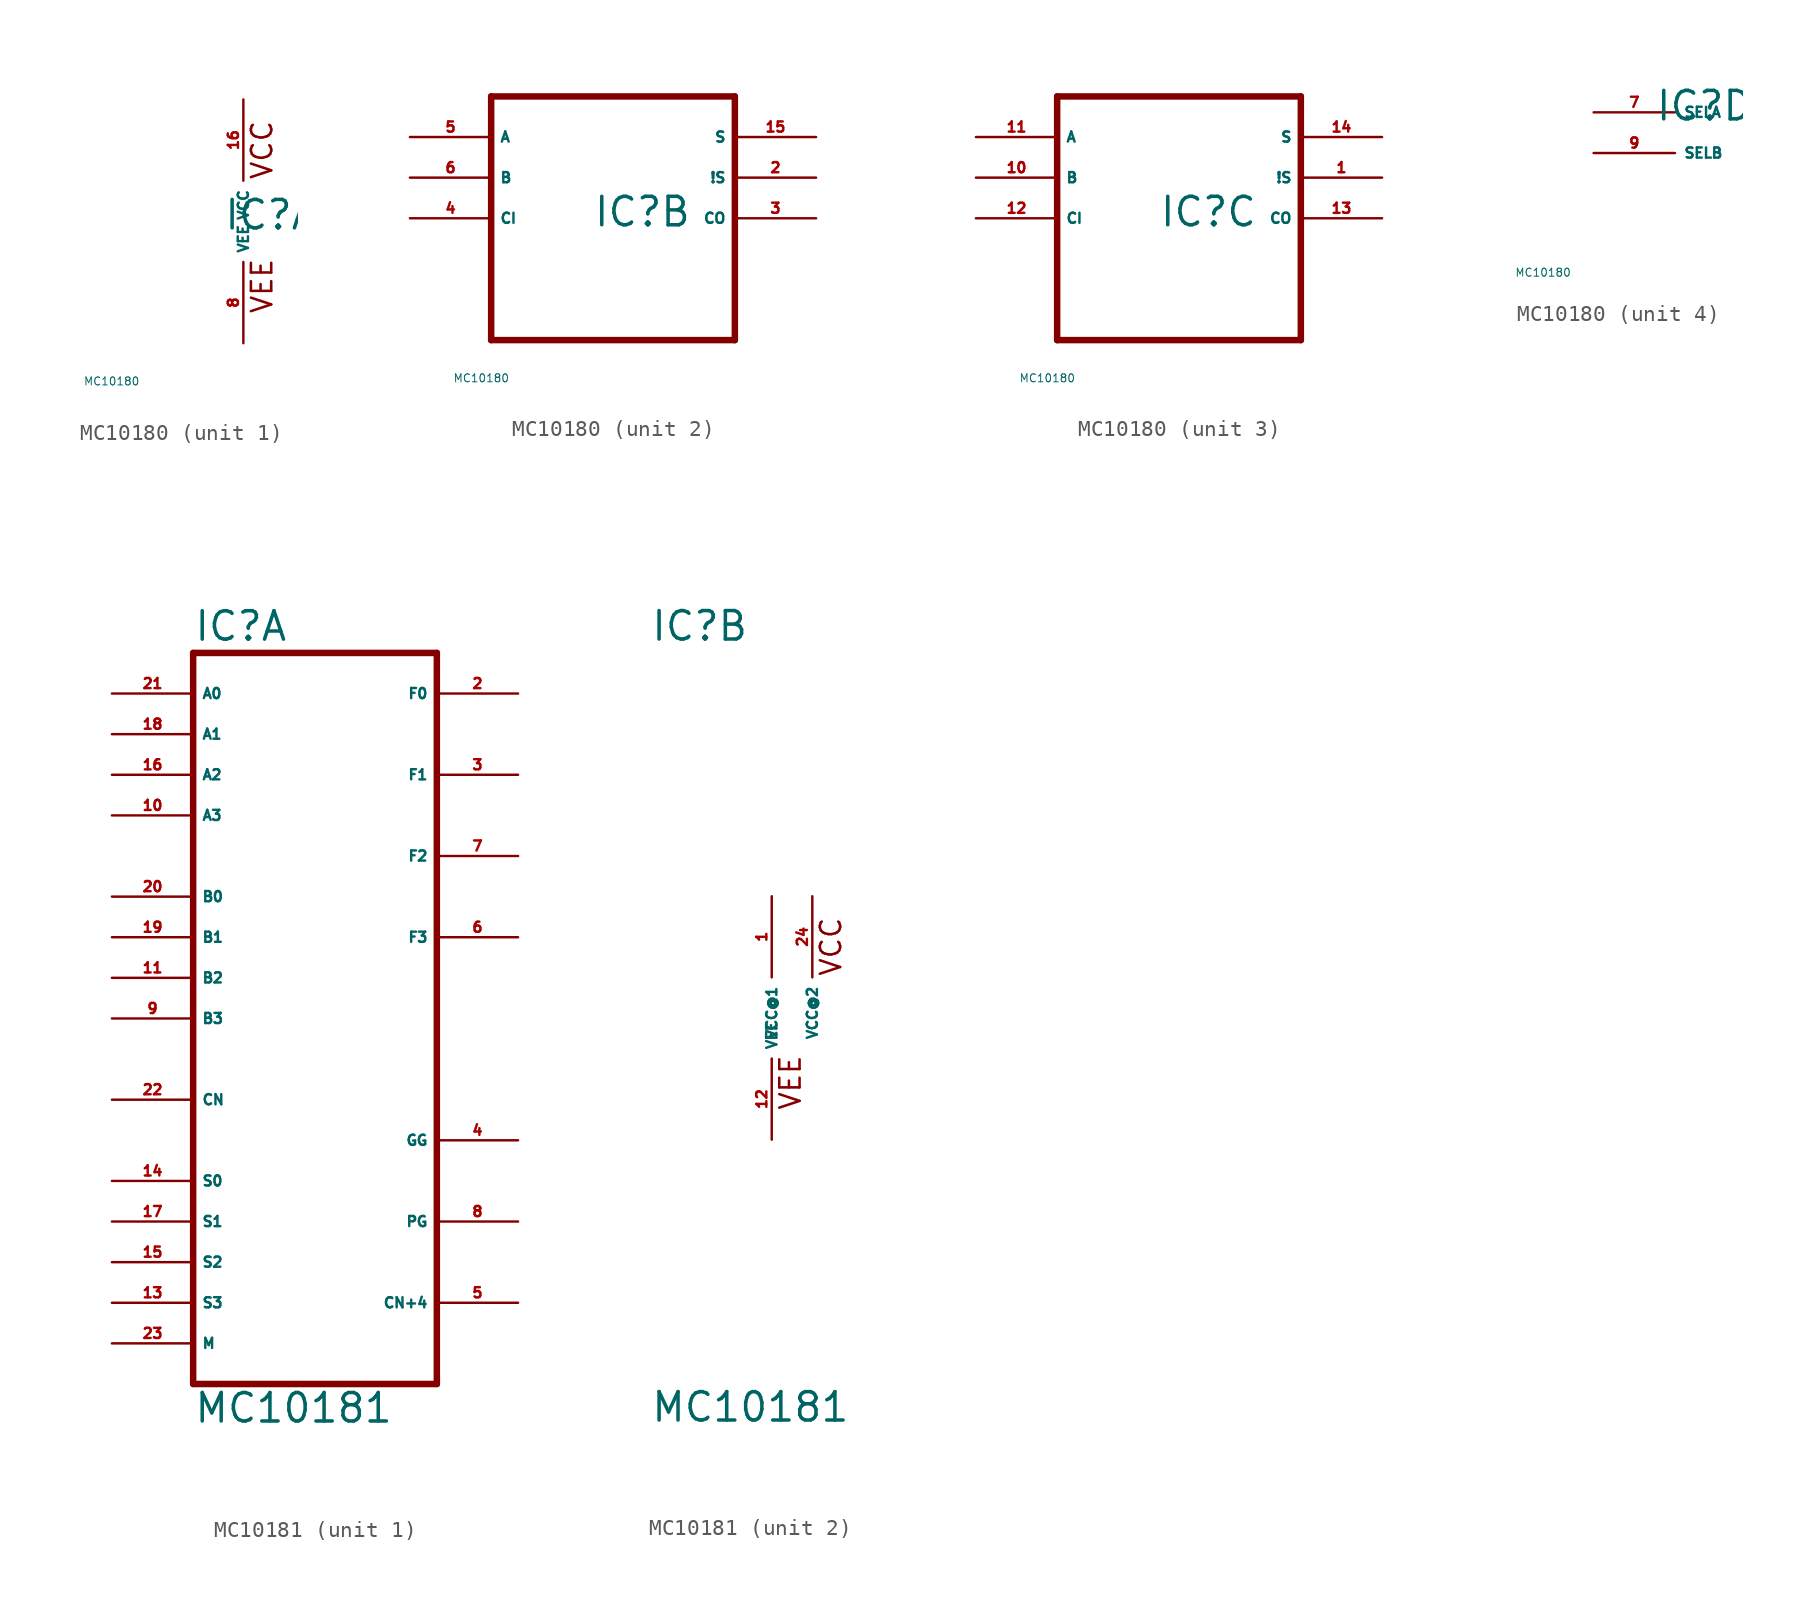
<source format=kicad_sym>
(kicad_symbol_lib
  (version 20220914)
  (generator Eagle2Kicad)
  (symbol "MC10180"
    (property "Reference" "IC"
      (at -1.27 -0.635 0)
      (effects (font (size 1.778 1.778) (thickness 0.22)) (justify left bottom)))
    (property "Value" "MC10180"
      (at -10 -10 0)
      (effects (font (size 0.5 0.5) (thickness 0.06)) (justify left)))
    (symbol "MC10180_1_0"
      (text "VCC" (at 1.905 2.54 900) (effects (font (size 1.27 1.27) (thickness 0.16)) (justify left bottom)))
      (text "VEE" (at 1.905 -5.842 900) (effects (font (size 1.27 1.27) (thickness 0.16)) (justify left bottom)))
      (pin unspecified line (at 0 -7.62 90) (length 5.08) (name "VEE" (effects (font (size 0.635 0.635) (thickness 0.08)) (justify left bottom))) (number "8" (effects (font (size 0.635 0.635) (thickness 0.08)) (justify left bottom))))
      (pin unspecified line (at 0 7.62 270) (length 5.08) (name "VCC" (effects (font (size 0.635 0.635) (thickness 0.08)) (justify left bottom))) (number "16" (effects (font (size 0.635 0.635) (thickness 0.08)) (justify left bottom)))))
    (symbol "MC10180_2_0"
      (polyline (pts (xy -7.62 -7.62) (xy 7.62 -7.62)) (stroke (width 0.406) (type default)) (fill (type none)))
      (polyline (pts (xy 7.62 -7.62) (xy 7.62 7.62)) (stroke (width 0.406) (type default)) (fill (type none)))
      (polyline (pts (xy 7.62 7.62) (xy -7.62 7.62)) (stroke (width 0.406) (type default)) (fill (type none)))
      (polyline (pts (xy -7.62 7.62) (xy -7.62 -7.62)) (stroke (width 0.406) (type default)) (fill (type none)))
      (pin output line (at 12.7 2.54 180) (length 5.08) (name "!S" (effects (font (size 0.635 0.635) (thickness 0.08)) (justify left bottom))) (number "2" (effects (font (size 0.635 0.635) (thickness 0.08)) (justify left bottom))))
      (pin output line (at 12.7 0 180) (length 5.08) (name "CO" (effects (font (size 0.635 0.635) (thickness 0.08)) (justify left bottom))) (number "3" (effects (font (size 0.635 0.635) (thickness 0.08)) (justify left bottom))))
      (pin input line (at -12.7 0 0) (length 5.08) (name "CI" (effects (font (size 0.635 0.635) (thickness 0.08)) (justify left bottom))) (number "4" (effects (font (size 0.635 0.635) (thickness 0.08)) (justify left bottom))))
      (pin input line (at -12.7 5.08 0) (length 5.08) (name "A" (effects (font (size 0.635 0.635) (thickness 0.08)) (justify left bottom))) (number "5" (effects (font (size 0.635 0.635) (thickness 0.08)) (justify left bottom))))
      (pin input line (at -12.7 2.54 0) (length 5.08) (name "B" (effects (font (size 0.635 0.635) (thickness 0.08)) (justify left bottom))) (number "6" (effects (font (size 0.635 0.635) (thickness 0.08)) (justify left bottom))))
      (pin output line (at 12.7 5.08 180) (length 5.08) (name "S" (effects (font (size 0.635 0.635) (thickness 0.08)) (justify left bottom))) (number "15" (effects (font (size 0.635 0.635) (thickness 0.08)) (justify left bottom)))))
    (symbol "MC10180_3_0"
      (polyline (pts (xy -7.62 -7.62) (xy 7.62 -7.62)) (stroke (width 0.406) (type default)) (fill (type none)))
      (polyline (pts (xy 7.62 -7.62) (xy 7.62 7.62)) (stroke (width 0.406) (type default)) (fill (type none)))
      (polyline (pts (xy 7.62 7.62) (xy -7.62 7.62)) (stroke (width 0.406) (type default)) (fill (type none)))
      (polyline (pts (xy -7.62 7.62) (xy -7.62 -7.62)) (stroke (width 0.406) (type default)) (fill (type none)))
      (pin output line (at 12.7 2.54 180) (length 5.08) (name "!S" (effects (font (size 0.635 0.635) (thickness 0.08)) (justify left bottom))) (number "1" (effects (font (size 0.635 0.635) (thickness 0.08)) (justify left bottom))))
      (pin output line (at 12.7 0 180) (length 5.08) (name "CO" (effects (font (size 0.635 0.635) (thickness 0.08)) (justify left bottom))) (number "13" (effects (font (size 0.635 0.635) (thickness 0.08)) (justify left bottom))))
      (pin input line (at -12.7 0 0) (length 5.08) (name "CI" (effects (font (size 0.635 0.635) (thickness 0.08)) (justify left bottom))) (number "12" (effects (font (size 0.635 0.635) (thickness 0.08)) (justify left bottom))))
      (pin input line (at -12.7 5.08 0) (length 5.08) (name "A" (effects (font (size 0.635 0.635) (thickness 0.08)) (justify left bottom))) (number "11" (effects (font (size 0.635 0.635) (thickness 0.08)) (justify left bottom))))
      (pin input line (at -12.7 2.54 0) (length 5.08) (name "B" (effects (font (size 0.635 0.635) (thickness 0.08)) (justify left bottom))) (number "10" (effects (font (size 0.635 0.635) (thickness 0.08)) (justify left bottom))))
      (pin output line (at 12.7 5.08 180) (length 5.08) (name "S" (effects (font (size 0.635 0.635) (thickness 0.08)) (justify left bottom))) (number "14" (effects (font (size 0.635 0.635) (thickness 0.08)) (justify left bottom)))))
    (symbol "MC10180_4_0"
      (pin input line (at -5.08 0 0) (length 5.08) (name "SELA" (effects (font (size 0.635 0.635) (thickness 0.08)) (justify left bottom))) (number "7" (effects (font (size 0.635 0.635) (thickness 0.08)) (justify left bottom))))
      (pin input line (at -5.08 -2.54 0) (length 5.08) (name "SELB" (effects (font (size 0.635 0.635) (thickness 0.08)) (justify left bottom))) (number "9" (effects (font (size 0.635 0.635) (thickness 0.08)) (justify left bottom))))))
  (symbol "MC10181"
    (property "Reference" "IC"
      (at -7.62 23.495 0)
      (effects (font (size 1.778 1.778) (thickness 0.22)) (justify left bottom)))
    (property "Value" "MC10181"
      (at -7.62 -25.4 0)
      (effects (font (size 1.778 1.778) (thickness 0.22)) (justify left bottom)))
    (symbol "MC10181_1_0"
      (polyline (pts (xy -7.62 -22.86) (xy 7.62 -22.86)) (stroke (width 0.406) (type default)) (fill (type none)))
      (polyline (pts (xy 7.62 -22.86) (xy 7.62 22.86)) (stroke (width 0.406) (type default)) (fill (type none)))
      (polyline (pts (xy 7.62 22.86) (xy -7.62 22.86)) (stroke (width 0.406) (type default)) (fill (type none)))
      (polyline (pts (xy -7.62 22.86) (xy -7.62 -22.86)) (stroke (width 0.406) (type default)) (fill (type none)))
      (pin output line (at 12.7 20.32 180) (length 5.08) (name "F0" (effects (font (size 0.635 0.635) (thickness 0.08)) (justify left bottom))) (number "2" (effects (font (size 0.635 0.635) (thickness 0.08)) (justify left bottom))))
      (pin output line (at 12.7 15.24 180) (length 5.08) (name "F1" (effects (font (size 0.635 0.635) (thickness 0.08)) (justify left bottom))) (number "3" (effects (font (size 0.635 0.635) (thickness 0.08)) (justify left bottom))))
      (pin output line (at 12.7 -7.62 180) (length 5.08) (name "GG" (effects (font (size 0.635 0.635) (thickness 0.08)) (justify left bottom))) (number "4" (effects (font (size 0.635 0.635) (thickness 0.08)) (justify left bottom))))
      (pin output line (at 12.7 -17.78 180) (length 5.08) (name "CN+4" (effects (font (size 0.635 0.635) (thickness 0.08)) (justify left bottom))) (number "5" (effects (font (size 0.635 0.635) (thickness 0.08)) (justify left bottom))))
      (pin output line (at 12.7 5.08 180) (length 5.08) (name "F3" (effects (font (size 0.635 0.635) (thickness 0.08)) (justify left bottom))) (number "6" (effects (font (size 0.635 0.635) (thickness 0.08)) (justify left bottom))))
      (pin output line (at 12.7 10.16 180) (length 5.08) (name "F2" (effects (font (size 0.635 0.635) (thickness 0.08)) (justify left bottom))) (number "7" (effects (font (size 0.635 0.635) (thickness 0.08)) (justify left bottom))))
      (pin output line (at 12.7 -12.7 180) (length 5.08) (name "PG" (effects (font (size 0.635 0.635) (thickness 0.08)) (justify left bottom))) (number "8" (effects (font (size 0.635 0.635) (thickness 0.08)) (justify left bottom))))
      (pin input line (at -12.7 0 0) (length 5.08) (name "B3" (effects (font (size 0.635 0.635) (thickness 0.08)) (justify left bottom))) (number "9" (effects (font (size 0.635 0.635) (thickness 0.08)) (justify left bottom))))
      (pin input line (at -12.7 12.7 0) (length 5.08) (name "A3" (effects (font (size 0.635 0.635) (thickness 0.08)) (justify left bottom))) (number "10" (effects (font (size 0.635 0.635) (thickness 0.08)) (justify left bottom))))
      (pin input line (at -12.7 2.54 0) (length 5.08) (name "B2" (effects (font (size 0.635 0.635) (thickness 0.08)) (justify left bottom))) (number "11" (effects (font (size 0.635 0.635) (thickness 0.08)) (justify left bottom))))
      (pin input line (at -12.7 -17.78 0) (length 5.08) (name "S3" (effects (font (size 0.635 0.635) (thickness 0.08)) (justify left bottom))) (number "13" (effects (font (size 0.635 0.635) (thickness 0.08)) (justify left bottom))))
      (pin input line (at -12.7 -10.16 0) (length 5.08) (name "S0" (effects (font (size 0.635 0.635) (thickness 0.08)) (justify left bottom))) (number "14" (effects (font (size 0.635 0.635) (thickness 0.08)) (justify left bottom))))
      (pin input line (at -12.7 -15.24 0) (length 5.08) (name "S2" (effects (font (size 0.635 0.635) (thickness 0.08)) (justify left bottom))) (number "15" (effects (font (size 0.635 0.635) (thickness 0.08)) (justify left bottom))))
      (pin input line (at -12.7 15.24 0) (length 5.08) (name "A2" (effects (font (size 0.635 0.635) (thickness 0.08)) (justify left bottom))) (number "16" (effects (font (size 0.635 0.635) (thickness 0.08)) (justify left bottom))))
      (pin input line (at -12.7 -12.7 0) (length 5.08) (name "S1" (effects (font (size 0.635 0.635) (thickness 0.08)) (justify left bottom))) (number "17" (effects (font (size 0.635 0.635) (thickness 0.08)) (justify left bottom))))
      (pin input line (at -12.7 17.78 0) (length 5.08) (name "A1" (effects (font (size 0.635 0.635) (thickness 0.08)) (justify left bottom))) (number "18" (effects (font (size 0.635 0.635) (thickness 0.08)) (justify left bottom))))
      (pin input line (at -12.7 5.08 0) (length 5.08) (name "B1" (effects (font (size 0.635 0.635) (thickness 0.08)) (justify left bottom))) (number "19" (effects (font (size 0.635 0.635) (thickness 0.08)) (justify left bottom))))
      (pin input line (at -12.7 7.62 0) (length 5.08) (name "B0" (effects (font (size 0.635 0.635) (thickness 0.08)) (justify left bottom))) (number "20" (effects (font (size 0.635 0.635) (thickness 0.08)) (justify left bottom))))
      (pin input line (at -12.7 20.32 0) (length 5.08) (name "A0" (effects (font (size 0.635 0.635) (thickness 0.08)) (justify left bottom))) (number "21" (effects (font (size 0.635 0.635) (thickness 0.08)) (justify left bottom))))
      (pin input line (at -12.7 -5.08 0) (length 5.08) (name "CN" (effects (font (size 0.635 0.635) (thickness 0.08)) (justify left bottom))) (number "22" (effects (font (size 0.635 0.635) (thickness 0.08)) (justify left bottom))))
      (pin input line (at -12.7 -20.32 0) (length 5.08) (name "M" (effects (font (size 0.635 0.635) (thickness 0.08)) (justify left bottom))) (number "23" (effects (font (size 0.635 0.635) (thickness 0.08)) (justify left bottom)))))
    (symbol "MC10181_2_0"
      (text "VCC" (at 4.445 2.54 900) (effects (font (size 1.27 1.27) (thickness 0.16)) (justify left bottom)))
      (text "VEE" (at 1.905 -5.842 900) (effects (font (size 1.27 1.27) (thickness 0.16)) (justify left bottom)))
      (pin unspecified line (at 0 -7.62 90) (length 5.08) (name "VEE" (effects (font (size 0.635 0.635) (thickness 0.08)) (justify left bottom))) (number "12" (effects (font (size 0.635 0.635) (thickness 0.08)) (justify left bottom))))
      (pin unspecified line (at 0 7.62 270) (length 5.08) (name "VCC@1" (effects (font (size 0.635 0.635) (thickness 0.08)) (justify left bottom))) (number "1" (effects (font (size 0.635 0.635) (thickness 0.08)) (justify left bottom))))
      (pin unspecified line (at 2.54 7.62 270) (length 5.08) (name "VCC@2" (effects (font (size 0.635 0.635) (thickness 0.08)) (justify left bottom))) (number "24" (effects (font (size 0.635 0.635) (thickness 0.08)) (justify left bottom)))))))
</source>
